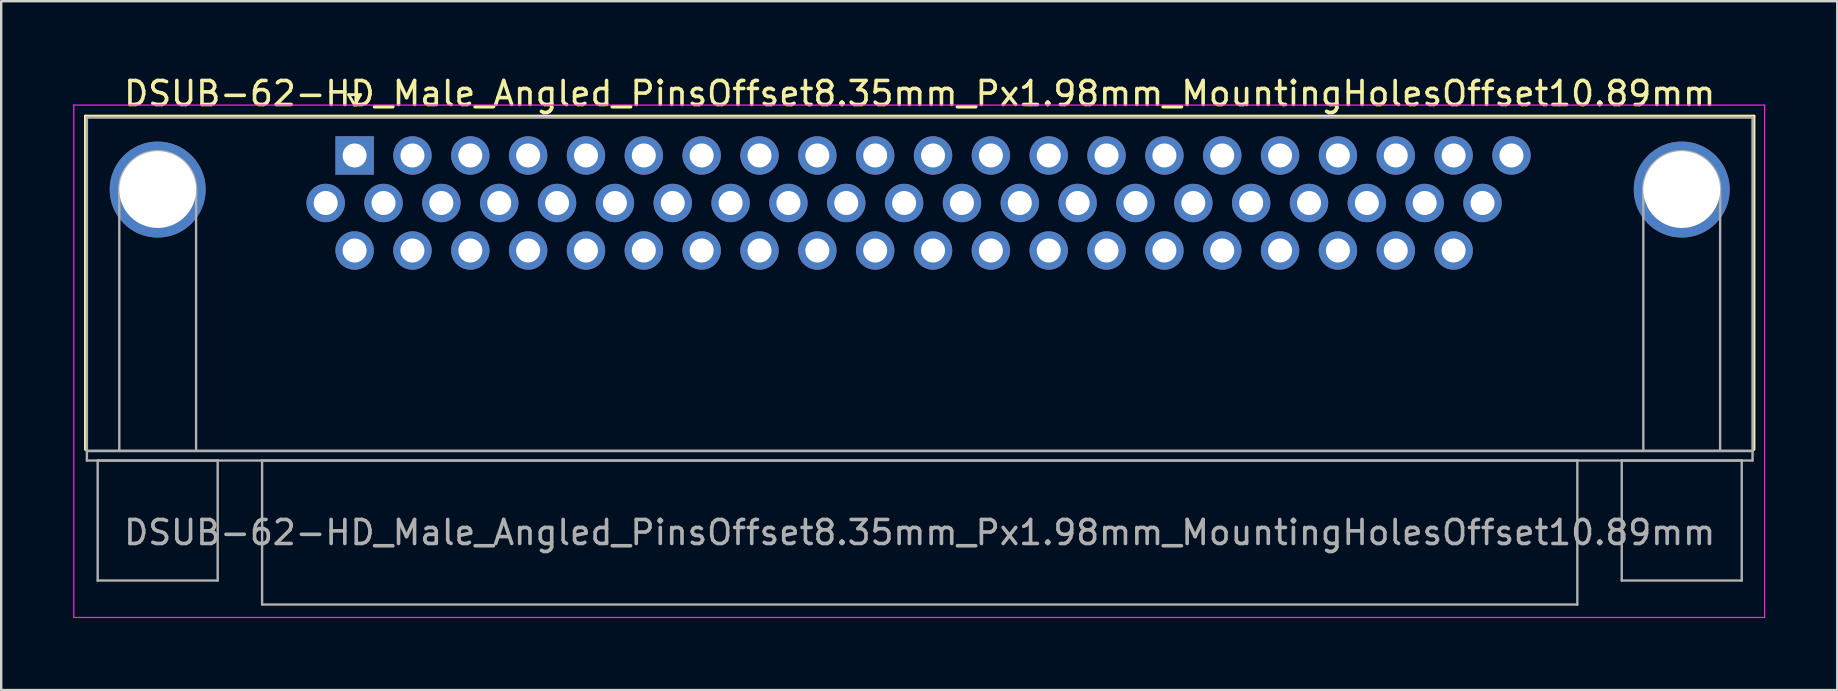
<source format=kicad_pcb>
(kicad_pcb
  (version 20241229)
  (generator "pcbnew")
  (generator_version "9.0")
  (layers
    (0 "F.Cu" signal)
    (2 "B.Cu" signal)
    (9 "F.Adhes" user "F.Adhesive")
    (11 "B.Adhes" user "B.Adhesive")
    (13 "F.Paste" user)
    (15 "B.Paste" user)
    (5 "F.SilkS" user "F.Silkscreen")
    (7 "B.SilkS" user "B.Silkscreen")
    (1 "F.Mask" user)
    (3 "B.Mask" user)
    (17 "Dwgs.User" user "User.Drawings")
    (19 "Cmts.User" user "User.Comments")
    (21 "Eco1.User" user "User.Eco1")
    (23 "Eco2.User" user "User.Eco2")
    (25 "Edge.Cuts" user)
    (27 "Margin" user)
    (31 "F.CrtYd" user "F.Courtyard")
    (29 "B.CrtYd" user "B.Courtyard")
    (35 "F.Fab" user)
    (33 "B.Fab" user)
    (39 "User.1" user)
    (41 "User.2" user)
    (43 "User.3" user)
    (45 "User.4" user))
  (footprint "DSUB-62-HD_Male_Angled_PinsOffset8.35mm_Px1.98mm_MountingHolesOffset10.89mm"
    (layer "F.Cu")
    (at 11.725 3.428)
    (property "Reference" "DSUB-62-HD_Male_Angled_PinsOffset8.35mm_Px1.98mm_MountingHolesOffset10.89mm" (at 23.545 -2.58 0) (layer "F.SilkS") (effects (font (size 1 1) (thickness 0.15))))
    (attr through_hole)
    (fp_line (start -11.215 -1.64) (end 58.305 -1.64) (stroke (width 0.12) (type solid)) (layer "F.SilkS"))
    (fp_line (start -11.215 12.25) (end -11.215 -1.64) (stroke (width 0.12) (type solid)) (layer "F.SilkS"))
    (fp_line (start -0.25 -2.534) (end 0.25 -2.534) (stroke (width 0.12) (type solid)) (layer "F.SilkS"))
    (fp_line (start 0 -2.101) (end -0.25 -2.534) (stroke (width 0.12) (type solid)) (layer "F.SilkS"))
    (fp_line (start 0.25 -2.534) (end 0 -2.101) (stroke (width 0.12) (type solid)) (layer "F.SilkS"))
    (fp_line (start 58.305 -1.64) (end 58.305 12.25) (stroke (width 0.12) (type solid)) (layer "F.SilkS"))
    (fp_line (start -11.7 -2.1) (end -11.7 19.25) (stroke (width 0.05) (type solid)) (layer "F.CrtYd"))
    (fp_line (start -11.7 19.25) (end 58.75 19.25) (stroke (width 0.05) (type solid)) (layer "F.CrtYd"))
    (fp_line (start 58.75 -2.1) (end -11.7 -2.1) (stroke (width 0.05) (type solid)) (layer "F.CrtYd"))
    (fp_line (start 58.75 19.25) (end 58.75 -2.1) (stroke (width 0.05) (type solid)) (layer "F.CrtYd"))
    (fp_line (start -11.155 -1.58) (end -11.155 12.31) (stroke (width 0.1) (type solid)) (layer "F.Fab"))
    (fp_line (start -11.155 12.31) (end -11.155 12.71) (stroke (width 0.1) (type solid)) (layer "F.Fab"))
    (fp_line (start -11.155 12.31) (end 58.245 12.31) (stroke (width 0.1) (type solid)) (layer "F.Fab"))
    (fp_line (start -11.155 12.71) (end 58.245 12.71) (stroke (width 0.1) (type solid)) (layer "F.Fab"))
    (fp_line (start -10.705 12.71) (end -10.705 17.71) (stroke (width 0.1) (type solid)) (layer "F.Fab"))
    (fp_line (start -10.705 17.71) (end -5.705 17.71) (stroke (width 0.1) (type solid)) (layer "F.Fab"))
    (fp_line (start -9.805 12.31) (end -9.805 1.42) (stroke (width 0.1) (type solid)) (layer "F.Fab"))
    (fp_line (start -6.605 12.31) (end -6.605 1.42) (stroke (width 0.1) (type solid)) (layer "F.Fab"))
    (fp_line (start -5.705 12.71) (end -10.705 12.71) (stroke (width 0.1) (type solid)) (layer "F.Fab"))
    (fp_line (start -5.705 17.71) (end -5.705 12.71) (stroke (width 0.1) (type solid)) (layer "F.Fab"))
    (fp_line (start -3.855 12.71) (end -3.855 18.71) (stroke (width 0.1) (type solid)) (layer "F.Fab"))
    (fp_line (start -3.855 18.71) (end 50.945 18.71) (stroke (width 0.1) (type solid)) (layer "F.Fab"))
    (fp_line (start 50.945 12.71) (end -3.855 12.71) (stroke (width 0.1) (type solid)) (layer "F.Fab"))
    (fp_line (start 50.945 18.71) (end 50.945 12.71) (stroke (width 0.1) (type solid)) (layer "F.Fab"))
    (fp_line (start 52.795 12.71) (end 52.795 17.71) (stroke (width 0.1) (type solid)) (layer "F.Fab"))
    (fp_line (start 52.795 17.71) (end 57.795 17.71) (stroke (width 0.1) (type solid)) (layer "F.Fab"))
    (fp_line (start 53.695 12.31) (end 53.695 1.42) (stroke (width 0.1) (type solid)) (layer "F.Fab"))
    (fp_line (start 56.895 12.31) (end 56.895 1.42) (stroke (width 0.1) (type solid)) (layer "F.Fab"))
    (fp_line (start 57.795 12.71) (end 52.795 12.71) (stroke (width 0.1) (type solid)) (layer "F.Fab"))
    (fp_line (start 57.795 17.71) (end 57.795 12.71) (stroke (width 0.1) (type solid)) (layer "F.Fab"))
    (fp_line (start 58.245 -1.58) (end -11.155 -1.58) (stroke (width 0.1) (type solid)) (layer "F.Fab"))
    (fp_line (start 58.245 12.31) (end -11.155 12.31) (stroke (width 0.1) (type solid)) (layer "F.Fab"))
    (fp_line (start 58.245 12.31) (end 58.245 -1.58) (stroke (width 0.1) (type solid)) (layer "F.Fab"))
    (fp_line (start 58.245 12.71) (end 58.245 12.31) (stroke (width 0.1) (type solid)) (layer "F.Fab"))
    (fp_arc (start -9.805 1.42) (mid -8.205 -0.18) (end -6.605 1.42) (stroke (width 0.1) (type solid)) (layer "F.Fab"))
    (fp_arc (start 53.695 1.42) (mid 55.295 -0.18) (end 56.895 1.42) (stroke (width 0.1) (type solid)) (layer "F.Fab"))
    (fp_text user "${REFERENCE}" (at 23.545 15.71 0) (layer "F.Fab") (effects (font (size 1 1) (thickness 0.15))))
    (pad "0" thru_hole circle (at -8.205 1.42) (size 4 4) (drill 3.2) (layers "*.Cu" "*.Mask"))
    (pad "0" thru_hole circle (at 55.295 1.42) (size 4 4) (drill 3.2) (layers "*.Cu" "*.Mask"))
    (pad "1" thru_hole rect (at 0 0) (size 1.6 1.6) (drill 1) (layers "*.Cu" "*.Mask"))
    (pad "2" thru_hole circle (at 2.41 0) (size 1.6 1.6) (drill 1) (layers "*.Cu" "*.Mask"))
    (pad "3" thru_hole circle (at 4.82 0) (size 1.6 1.6) (drill 1) (layers "*.Cu" "*.Mask"))
    (pad "4" thru_hole circle (at 7.23 0) (size 1.6 1.6) (drill 1) (layers "*.Cu" "*.Mask"))
    (pad "5" thru_hole circle (at 9.64 0) (size 1.6 1.6) (drill 1) (layers "*.Cu" "*.Mask"))
    (pad "6" thru_hole circle (at 12.05 0) (size 1.6 1.6) (drill 1) (layers "*.Cu" "*.Mask"))
    (pad "7" thru_hole circle (at 14.46 0) (size 1.6 1.6) (drill 1) (layers "*.Cu" "*.Mask"))
    (pad "8" thru_hole circle (at 16.87 0) (size 1.6 1.6) (drill 1) (layers "*.Cu" "*.Mask"))
    (pad "9" thru_hole circle (at 19.28 0) (size 1.6 1.6) (drill 1) (layers "*.Cu" "*.Mask"))
    (pad "10" thru_hole circle (at 21.69 0) (size 1.6 1.6) (drill 1) (layers "*.Cu" "*.Mask"))
    (pad "11" thru_hole circle (at 24.1 0) (size 1.6 1.6) (drill 1) (layers "*.Cu" "*.Mask"))
    (pad "12" thru_hole circle (at 26.51 0) (size 1.6 1.6) (drill 1) (layers "*.Cu" "*.Mask"))
    (pad "13" thru_hole circle (at 28.92 0) (size 1.6 1.6) (drill 1) (layers "*.Cu" "*.Mask"))
    (pad "14" thru_hole circle (at 31.33 0) (size 1.6 1.6) (drill 1) (layers "*.Cu" "*.Mask"))
    (pad "15" thru_hole circle (at 33.74 0) (size 1.6 1.6) (drill 1) (layers "*.Cu" "*.Mask"))
    (pad "16" thru_hole circle (at 36.15 0) (size 1.6 1.6) (drill 1) (layers "*.Cu" "*.Mask"))
    (pad "17" thru_hole circle (at 38.56 0) (size 1.6 1.6) (drill 1) (layers "*.Cu" "*.Mask"))
    (pad "18" thru_hole circle (at 40.97 0) (size 1.6 1.6) (drill 1) (layers "*.Cu" "*.Mask"))
    (pad "19" thru_hole circle (at 43.38 0) (size 1.6 1.6) (drill 1) (layers "*.Cu" "*.Mask"))
    (pad "20" thru_hole circle (at 45.79 0) (size 1.6 1.6) (drill 1) (layers "*.Cu" "*.Mask"))
    (pad "21" thru_hole circle (at 48.2 0) (size 1.6 1.6) (drill 1) (layers "*.Cu" "*.Mask"))
    (pad "22" thru_hole circle (at -1.205 1.98) (size 1.6 1.6) (drill 1) (layers "*.Cu" "*.Mask"))
    (pad "23" thru_hole circle (at 1.205 1.98) (size 1.6 1.6) (drill 1) (layers "*.Cu" "*.Mask"))
    (pad "24" thru_hole circle (at 3.615 1.98) (size 1.6 1.6) (drill 1) (layers "*.Cu" "*.Mask"))
    (pad "25" thru_hole circle (at 6.025 1.98) (size 1.6 1.6) (drill 1) (layers "*.Cu" "*.Mask"))
    (pad "26" thru_hole circle (at 8.435 1.98) (size 1.6 1.6) (drill 1) (layers "*.Cu" "*.Mask"))
    (pad "27" thru_hole circle (at 10.845 1.98) (size 1.6 1.6) (drill 1) (layers "*.Cu" "*.Mask"))
    (pad "28" thru_hole circle (at 13.255 1.98) (size 1.6 1.6) (drill 1) (layers "*.Cu" "*.Mask"))
    (pad "29" thru_hole circle (at 15.665 1.98) (size 1.6 1.6) (drill 1) (layers "*.Cu" "*.Mask"))
    (pad "30" thru_hole circle (at 18.075 1.98) (size 1.6 1.6) (drill 1) (layers "*.Cu" "*.Mask"))
    (pad "31" thru_hole circle (at 20.485 1.98) (size 1.6 1.6) (drill 1) (layers "*.Cu" "*.Mask"))
    (pad "32" thru_hole circle (at 22.895 1.98) (size 1.6 1.6) (drill 1) (layers "*.Cu" "*.Mask"))
    (pad "33" thru_hole circle (at 25.305 1.98) (size 1.6 1.6) (drill 1) (layers "*.Cu" "*.Mask"))
    (pad "34" thru_hole circle (at 27.715 1.98) (size 1.6 1.6) (drill 1) (layers "*.Cu" "*.Mask"))
    (pad "35" thru_hole circle (at 30.125 1.98) (size 1.6 1.6) (drill 1) (layers "*.Cu" "*.Mask"))
    (pad "36" thru_hole circle (at 32.535 1.98) (size 1.6 1.6) (drill 1) (layers "*.Cu" "*.Mask"))
    (pad "37" thru_hole circle (at 34.945 1.98) (size 1.6 1.6) (drill 1) (layers "*.Cu" "*.Mask"))
    (pad "38" thru_hole circle (at 37.355 1.98) (size 1.6 1.6) (drill 1) (layers "*.Cu" "*.Mask"))
    (pad "39" thru_hole circle (at 39.765 1.98) (size 1.6 1.6) (drill 1) (layers "*.Cu" "*.Mask"))
    (pad "40" thru_hole circle (at 42.175 1.98) (size 1.6 1.6) (drill 1) (layers "*.Cu" "*.Mask"))
    (pad "41" thru_hole circle (at 44.585 1.98) (size 1.6 1.6) (drill 1) (layers "*.Cu" "*.Mask"))
    (pad "42" thru_hole circle (at 46.995 1.98) (size 1.6 1.6) (drill 1) (layers "*.Cu" "*.Mask"))
    (pad "43" thru_hole circle (at 0 3.96) (size 1.6 1.6) (drill 1) (layers "*.Cu" "*.Mask"))
    (pad "44" thru_hole circle (at 2.41 3.96) (size 1.6 1.6) (drill 1) (layers "*.Cu" "*.Mask"))
    (pad "45" thru_hole circle (at 4.82 3.96) (size 1.6 1.6) (drill 1) (layers "*.Cu" "*.Mask"))
    (pad "46" thru_hole circle (at 7.23 3.96) (size 1.6 1.6) (drill 1) (layers "*.Cu" "*.Mask"))
    (pad "47" thru_hole circle (at 9.64 3.96) (size 1.6 1.6) (drill 1) (layers "*.Cu" "*.Mask"))
    (pad "48" thru_hole circle (at 12.05 3.96) (size 1.6 1.6) (drill 1) (layers "*.Cu" "*.Mask"))
    (pad "49" thru_hole circle (at 14.46 3.96) (size 1.6 1.6) (drill 1) (layers "*.Cu" "*.Mask"))
    (pad "50" thru_hole circle (at 16.87 3.96) (size 1.6 1.6) (drill 1) (layers "*.Cu" "*.Mask"))
    (pad "51" thru_hole circle (at 19.28 3.96) (size 1.6 1.6) (drill 1) (layers "*.Cu" "*.Mask"))
    (pad "52" thru_hole circle (at 21.69 3.96) (size 1.6 1.6) (drill 1) (layers "*.Cu" "*.Mask"))
    (pad "53" thru_hole circle (at 24.1 3.96) (size 1.6 1.6) (drill 1) (layers "*.Cu" "*.Mask"))
    (pad "54" thru_hole circle (at 26.51 3.96) (size 1.6 1.6) (drill 1) (layers "*.Cu" "*.Mask"))
    (pad "55" thru_hole circle (at 28.92 3.96) (size 1.6 1.6) (drill 1) (layers "*.Cu" "*.Mask"))
    (pad "56" thru_hole circle (at 31.33 3.96) (size 1.6 1.6) (drill 1) (layers "*.Cu" "*.Mask"))
    (pad "57" thru_hole circle (at 33.74 3.96) (size 1.6 1.6) (drill 1) (layers "*.Cu" "*.Mask"))
    (pad "58" thru_hole circle (at 36.15 3.96) (size 1.6 1.6) (drill 1) (layers "*.Cu" "*.Mask"))
    (pad "59" thru_hole circle (at 38.56 3.96) (size 1.6 1.6) (drill 1) (layers "*.Cu" "*.Mask"))
    (pad "60" thru_hole circle (at 40.97 3.96) (size 1.6 1.6) (drill 1) (layers "*.Cu" "*.Mask"))
    (pad "61" thru_hole circle (at 43.38 3.96) (size 1.6 1.6) (drill 1) (layers "*.Cu" "*.Mask"))
    (pad "62" thru_hole circle (at 45.79 3.96) (size 1.6 1.6) (drill 1) (layers "*.Cu" "*.Mask")))
  (gr_rect
    (start -3 -3)
    (end 73.5 25.703)
    (stroke (width 0.1) (type default))
    (fill no)
    (layer "Edge.Cuts")))
</source>
